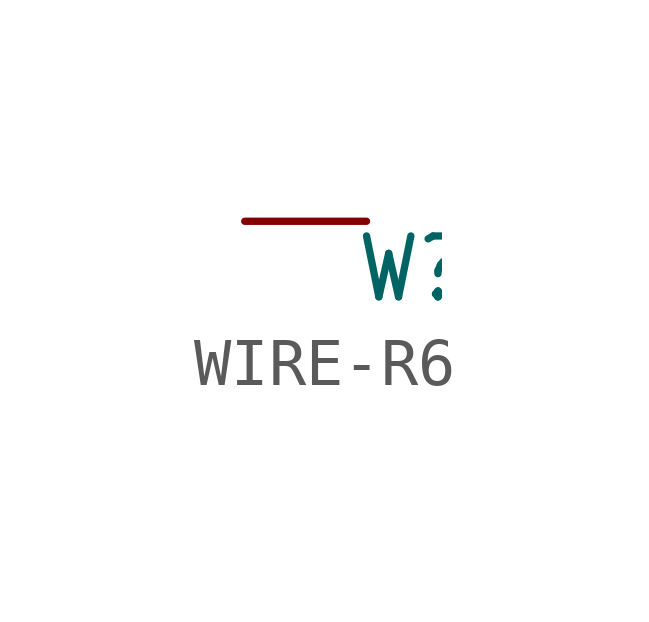
<source format=kicad_sym>
(kicad_symbol_lib
  (version 20211014)
  (generator kicad_symbol_editor)
  (symbol "WIRE-R6"
    (property "Reference" "W"
      (at 2.286 -0.254 0)
      (effects (font (size 1.27 1.079)) (justify left top)))
    (property "ki_locked" ""
      (at 0 0 0)
      (effects (font (size 1.27 1.27))))
    (symbol "WIRE-R6_1_0"
      (pin bidirectional line (at 0 0 0) (length 2.54) (name "P$1" (effects (font (size 0 0)))) (number "P$1" (effects (font (size 0 0))))))))
</source>
